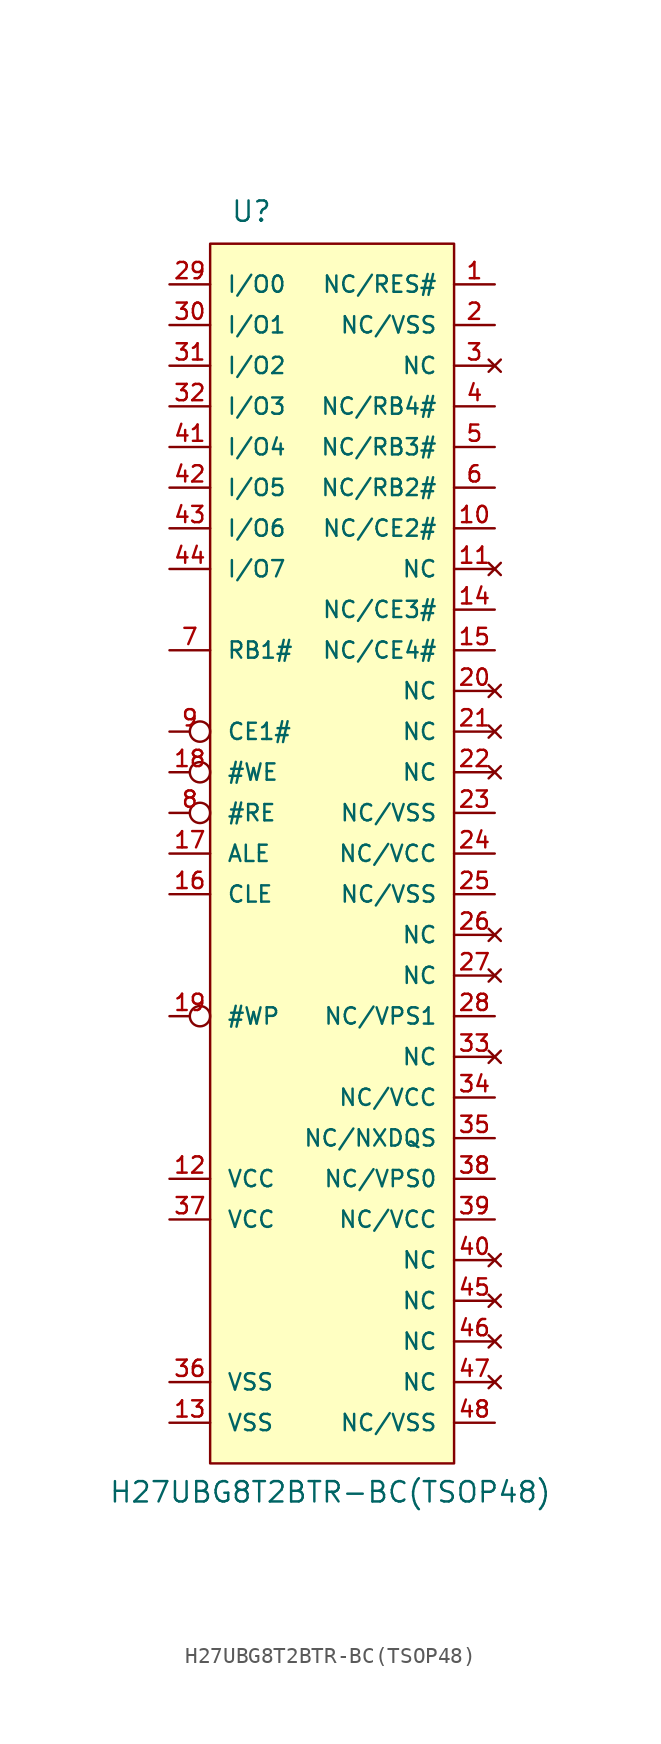
<source format=kicad_sym>
(kicad_symbol_lib
  (version 20220914)
  (generator kicad_symbol_editor)
  (symbol "H27UBG8T2BTR-BC(TSOP48)"
    (pin_names
      (offset 1.016))
    (property "Reference" "U"
      (at -6.35 39.37 0)
      (effects (font (size 1.27 1.27)) (justify left bottom)))
    (property "Value" "H27UBG8T2BTR-BC(TSOP48)"
      (at -13.97 -40.64 0)
      (effects (font (size 1.27 1.27)) (justify left bottom)))
    (property "Datasheet" ""
      (at -2.54 0 0)
      (effects (font (size 1.524 1.524))))
    (symbol "H27UBG8T2BTR-BC(TSOP48)_1_0"
      (rectangle (start -7.62 38.1) (end 7.62 -38.1) (stroke (width 0) (type solid)) (fill (type background))))
    (symbol "H27UBG8T2BTR-BC(TSOP48)_1_1"
      (pin input line (at 10.16 35.56 180) (length 2.54) (name "NC/RES#" (effects (font (size 1.016 1.016)))) (number "1" (effects (font (size 1.016 1.016)))))
      (pin input line (at 10.16 20.32 180) (length 2.54) (name "NC/CE2#" (effects (font (size 1.016 1.016)))) (number "10" (effects (font (size 1.016 1.016)))))
      (pin no_connect line (at 10.16 17.78 180) (length 2.54) (name "NC" (effects (font (size 1.016 1.016)))) (number "11" (effects (font (size 1.016 1.016)))))
      (pin power_in line (at -10.16 -20.32 0) (length 2.54) (name "VCC" (effects (font (size 1.016 1.016)))) (number "12" (effects (font (size 1.016 1.016)))))
      (pin power_in line (at -10.16 -35.56 0) (length 2.54) (name "VSS" (effects (font (size 1.016 1.016)))) (number "13" (effects (font (size 1.016 1.016)))))
      (pin input line (at 10.16 15.24 180) (length 2.54) (name "NC/CE3#" (effects (font (size 1.016 1.016)))) (number "14" (effects (font (size 1.016 1.016)))))
      (pin input line (at 10.16 12.7 180) (length 2.54) (name "NC/CE4#" (effects (font (size 1.016 1.016)))) (number "15" (effects (font (size 1.016 1.016)))))
      (pin input line (at -10.16 -2.54 0) (length 2.54) (name "CLE" (effects (font (size 1.016 1.016)))) (number "16" (effects (font (size 1.016 1.016)))))
      (pin input line (at -10.16 0 0) (length 2.54) (name "ALE" (effects (font (size 1.016 1.016)))) (number "17" (effects (font (size 1.016 1.016)))))
      (pin input inverted (at -10.16 5.08 0) (length 2.54) (name "#WE" (effects (font (size 1.016 1.016)))) (number "18" (effects (font (size 1.016 1.016)))))
      (pin input inverted (at -10.16 -10.16 0) (length 2.54) (name "#WP" (effects (font (size 1.016 1.016)))) (number "19" (effects (font (size 1.016 1.016)))))
      (pin input line (at 10.16 33.02 180) (length 2.54) (name "NC/VSS" (effects (font (size 1.016 1.016)))) (number "2" (effects (font (size 1.016 1.016)))))
      (pin no_connect line (at 10.16 10.16 180) (length 2.54) (name "NC" (effects (font (size 1.016 1.016)))) (number "20" (effects (font (size 1.016 1.016)))))
      (pin no_connect line (at 10.16 7.62 180) (length 2.54) (name "NC" (effects (font (size 1.016 1.016)))) (number "21" (effects (font (size 1.016 1.016)))))
      (pin no_connect line (at 10.16 5.08 180) (length 2.54) (name "NC" (effects (font (size 1.016 1.016)))) (number "22" (effects (font (size 1.016 1.016)))))
      (pin input line (at 10.16 2.54 180) (length 2.54) (name "NC/VSS" (effects (font (size 1.016 1.016)))) (number "23" (effects (font (size 1.016 1.016)))))
      (pin input line (at 10.16 0 180) (length 2.54) (name "NC/VCC" (effects (font (size 1.016 1.016)))) (number "24" (effects (font (size 1.016 1.016)))))
      (pin input line (at 10.16 -2.54 180) (length 2.54) (name "NC/VSS" (effects (font (size 1.016 1.016)))) (number "25" (effects (font (size 1.016 1.016)))))
      (pin no_connect line (at 10.16 -5.08 180) (length 2.54) (name "NC" (effects (font (size 1.016 1.016)))) (number "26" (effects (font (size 1.016 1.016)))))
      (pin no_connect line (at 10.16 -7.62 180) (length 2.54) (name "NC" (effects (font (size 1.016 1.016)))) (number "27" (effects (font (size 1.016 1.016)))))
      (pin input line (at 10.16 -10.16 180) (length 2.54) (name "NC/VPS1" (effects (font (size 1.016 1.016)))) (number "28" (effects (font (size 1.016 1.016)))))
      (pin bidirectional line (at -10.16 35.56 0) (length 2.54) (name "I/O0" (effects (font (size 1.016 1.016)))) (number "29" (effects (font (size 1.016 1.016)))))
      (pin no_connect line (at 10.16 30.48 180) (length 2.54) (name "NC" (effects (font (size 1.016 1.016)))) (number "3" (effects (font (size 1.016 1.016)))))
      (pin bidirectional line (at -10.16 33.02 0) (length 2.54) (name "I/O1" (effects (font (size 1.016 1.016)))) (number "30" (effects (font (size 1.016 1.016)))))
      (pin bidirectional line (at -10.16 30.48 0) (length 2.54) (name "I/O2" (effects (font (size 1.016 1.016)))) (number "31" (effects (font (size 1.016 1.016)))))
      (pin bidirectional line (at -10.16 27.94 0) (length 2.54) (name "I/O3" (effects (font (size 1.016 1.016)))) (number "32" (effects (font (size 1.016 1.016)))))
      (pin no_connect line (at 10.16 -12.7 180) (length 2.54) (name "NC" (effects (font (size 1.016 1.016)))) (number "33" (effects (font (size 1.016 1.016)))))
      (pin input line (at 10.16 -15.24 180) (length 2.54) (name "NC/VCC" (effects (font (size 1.016 1.016)))) (number "34" (effects (font (size 1.016 1.016)))))
      (pin input line (at 10.16 -17.78 180) (length 2.54) (name "NC/NXDQS" (effects (font (size 1.016 1.016)))) (number "35" (effects (font (size 1.016 1.016)))))
      (pin power_in line (at -10.16 -33.02 0) (length 2.54) (name "VSS" (effects (font (size 1.016 1.016)))) (number "36" (effects (font (size 1.016 1.016)))))
      (pin power_in line (at -10.16 -22.86 0) (length 2.54) (name "VCC" (effects (font (size 1.016 1.016)))) (number "37" (effects (font (size 1.016 1.016)))))
      (pin input line (at 10.16 -20.32 180) (length 2.54) (name "NC/VPS0" (effects (font (size 1.016 1.016)))) (number "38" (effects (font (size 1.016 1.016)))))
      (pin input line (at 10.16 -22.86 180) (length 2.54) (name "NC/VCC" (effects (font (size 1.016 1.016)))) (number "39" (effects (font (size 1.016 1.016)))))
      (pin input line (at 10.16 27.94 180) (length 2.54) (name "NC/RB4#" (effects (font (size 1.016 1.016)))) (number "4" (effects (font (size 1.016 1.016)))))
      (pin no_connect line (at 10.16 -25.4 180) (length 2.54) (name "NC" (effects (font (size 1.016 1.016)))) (number "40" (effects (font (size 1.016 1.016)))))
      (pin bidirectional line (at -10.16 25.4 0) (length 2.54) (name "I/O4" (effects (font (size 1.016 1.016)))) (number "41" (effects (font (size 1.016 1.016)))))
      (pin bidirectional line (at -10.16 22.86 0) (length 2.54) (name "I/O5" (effects (font (size 1.016 1.016)))) (number "42" (effects (font (size 1.016 1.016)))))
      (pin bidirectional line (at -10.16 20.32 0) (length 2.54) (name "I/O6" (effects (font (size 1.016 1.016)))) (number "43" (effects (font (size 1.016 1.016)))))
      (pin bidirectional line (at -10.16 17.78 0) (length 2.54) (name "I/O7" (effects (font (size 1.016 1.016)))) (number "44" (effects (font (size 1.016 1.016)))))
      (pin no_connect line (at 10.16 -27.94 180) (length 2.54) (name "NC" (effects (font (size 1.016 1.016)))) (number "45" (effects (font (size 1.016 1.016)))))
      (pin no_connect line (at 10.16 -30.48 180) (length 2.54) (name "NC" (effects (font (size 1.016 1.016)))) (number "46" (effects (font (size 1.016 1.016)))))
      (pin no_connect line (at 10.16 -33.02 180) (length 2.54) (name "NC" (effects (font (size 1.016 1.016)))) (number "47" (effects (font (size 1.016 1.016)))))
      (pin input line (at 10.16 -35.56 180) (length 2.54) (name "NC/VSS" (effects (font (size 1.016 1.016)))) (number "48" (effects (font (size 1.016 1.016)))))
      (pin input line (at 10.16 25.4 180) (length 2.54) (name "NC/RB3#" (effects (font (size 1.016 1.016)))) (number "5" (effects (font (size 1.016 1.016)))))
      (pin input line (at 10.16 22.86 180) (length 2.54) (name "NC/RB2#" (effects (font (size 1.016 1.016)))) (number "6" (effects (font (size 1.016 1.016)))))
      (pin output line (at -10.16 12.7 0) (length 2.54) (name "RB1#" (effects (font (size 1.016 1.016)))) (number "7" (effects (font (size 1.016 1.016)))))
      (pin input inverted (at -10.16 2.54 0) (length 2.54) (name "#RE" (effects (font (size 1.016 1.016)))) (number "8" (effects (font (size 1.016 1.016)))))
      (pin input inverted (at -10.16 7.62 0) (length 2.54) (name "CE1#" (effects (font (size 1.016 1.016)))) (number "9" (effects (font (size 1.016 1.016))))))))
</source>
